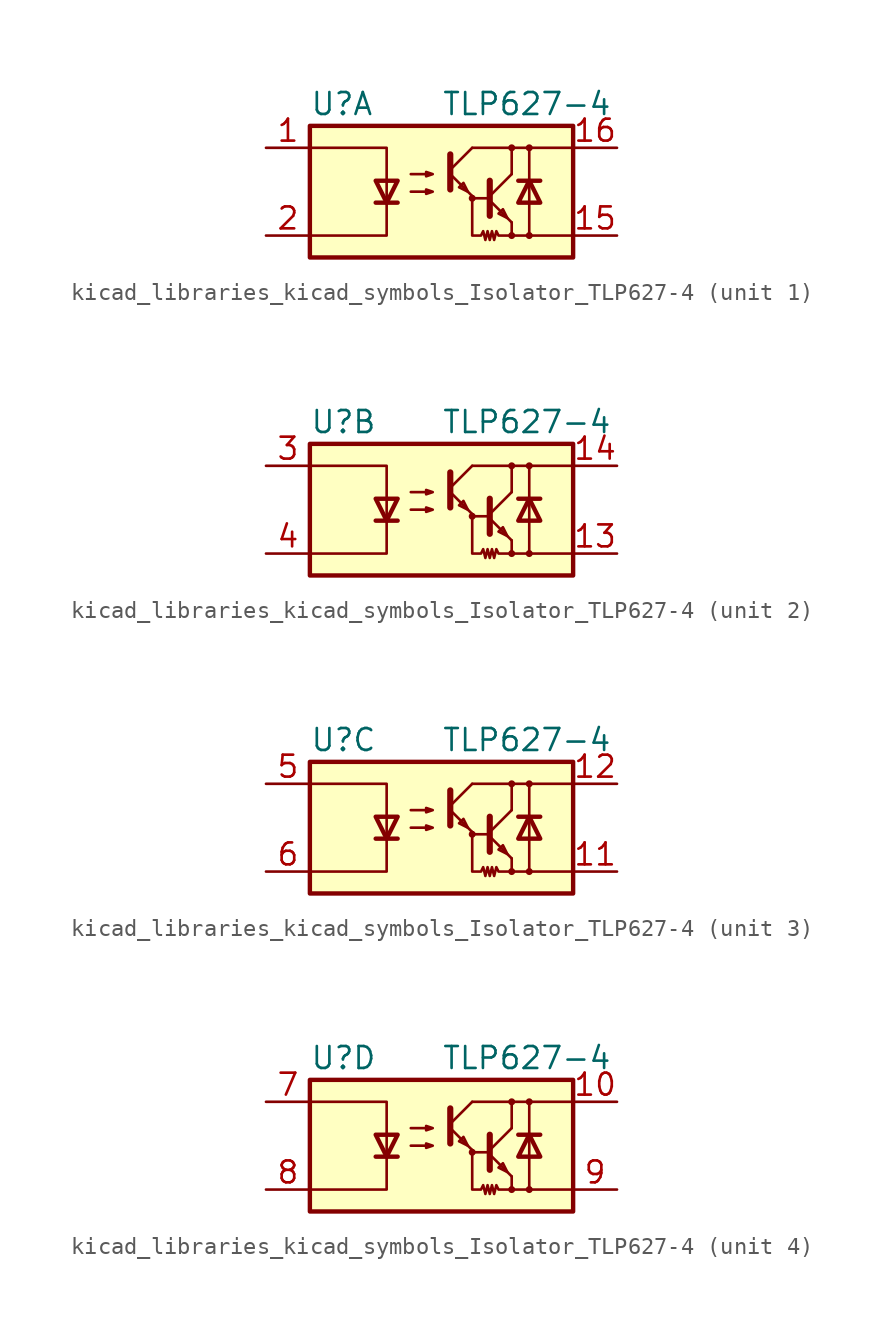
<source format=kicad_sym>
(kicad_symbol_lib
  (version 20220914)
  (generator kicad_symbol_editor)
  (symbol "kicad_libraries_kicad_symbols_Isolator_TLP627-4"
    (pin_names
      (offset 1.016))
    (property "Reference" "U"
      (at -7.62 5.08 0)
      (effects (font (size 1.27 1.27)) (justify left)))
    (property "Value" "TLP627-4"
      (at 0 5.08 0)
      (effects (font (size 1.27 1.27)) (justify left)))
    (symbol "kicad_libraries_kicad_symbols_Isolator_TLP627-4_0_1"
      (rectangle (start -7.62 3.81) (end 7.62 -3.81) (stroke (width 0.254) (type default)) (fill (type background)))
      (polyline (pts (xy -3.81 -0.635) (xy -2.54 -0.635)) (stroke (width 0.254) (type default)) (fill (type none)))
      (polyline (pts (xy 0.508 1.016) (xy 1.778 -0.254)) (stroke (width 0) (type default)) (fill (type none)))
      (polyline (pts (xy 0.508 1.27) (xy 1.778 2.54)) (stroke (width 0) (type default)) (fill (type none)))
      (polyline (pts (xy 0.508 2.159) (xy 0.508 0.127)) (stroke (width 0.356) (type default)) (fill (type none)))
      (polyline (pts (xy 1.778 2.54) (xy 7.62 2.54)) (stroke (width 0) (type default)) (fill (type none)))
      (polyline (pts (xy 2.794 -0.508) (xy 4.064 -1.778)) (stroke (width 0) (type default)) (fill (type none)))
      (polyline (pts (xy 2.794 -0.381) (xy 1.778 -0.381)) (stroke (width 0) (type default)) (fill (type none)))
      (polyline (pts (xy 2.794 -0.254) (xy 4.064 1.016)) (stroke (width 0) (type default)) (fill (type none)))
      (polyline (pts (xy 4.064 -2.54) (xy 7.62 -2.54)) (stroke (width 0) (type default)) (fill (type none)))
      (polyline (pts (xy 4.064 -1.778) (xy 4.064 -2.54)) (stroke (width 0) (type default)) (fill (type none)))
      (polyline (pts (xy 4.064 1.016) (xy 4.064 2.54)) (stroke (width 0) (type default)) (fill (type none)))
      (polyline (pts (xy 4.445 0.635) (xy 5.715 0.635)) (stroke (width 0.254) (type default)) (fill (type none)))
      (polyline (pts (xy 5.08 0.635) (xy 5.08 -2.54)) (stroke (width 0) (type default)) (fill (type none)))
      (polyline (pts (xy 5.08 0.635) (xy 5.08 2.54)) (stroke (width 0) (type default)) (fill (type none)))
      (polyline (pts (xy -7.62 2.54) (xy -3.175 2.54) (xy -3.175 -0.635)) (stroke (width 0) (type default)) (fill (type none)))
      (polyline (pts (xy -3.175 -0.635) (xy -3.175 -2.54) (xy -7.62 -2.54)) (stroke (width 0) (type default)) (fill (type none)))
      (polyline (pts (xy 2.794 0.635) (xy 2.794 -1.397) (xy 2.794 -1.397)) (stroke (width 0.356) (type default)) (fill (type none)))
      (polyline (pts (xy -3.175 -0.635) (xy -3.81 0.635) (xy -2.54 0.635) (xy -3.175 -0.635)) (stroke (width 0.254) (type default)) (fill (type none)))
      (polyline (pts (xy 1.524 0) (xy 1.27 0.508) (xy 1.016 0.254) (xy 1.524 0)) (stroke (width 0) (type default)) (fill (type none)))
      (polyline (pts (xy 3.81 -1.524) (xy 3.556 -1.016) (xy 3.302 -1.27) (xy 3.81 -1.524)) (stroke (width 0) (type default)) (fill (type none)))
      (polyline (pts (xy 5.08 0.635) (xy 4.445 -0.635) (xy 5.715 -0.635) (xy 5.08 0.635)) (stroke (width 0.254) (type default)) (fill (type none)))
      (polyline (pts (xy -1.778 0) (xy -0.508 0) (xy -0.889 -0.127) (xy -0.889 0.127) (xy -0.508 0)) (stroke (width 0) (type default)) (fill (type none)))
      (polyline (pts (xy -1.778 1.016) (xy -0.508 1.016) (xy -0.889 0.889) (xy -0.889 1.143) (xy -0.508 1.016)) (stroke (width 0) (type default)) (fill (type none)))
      (polyline (pts (xy 1.778 -0.254) (xy 1.778 -2.54) (xy 2.286 -2.54) (xy 2.413 -2.286) (xy 2.54 -2.794) (xy 2.667 -2.286) (xy 2.794 -2.794) (xy 2.921 -2.286) (xy 3.048 -2.794) (xy 3.175 -2.286) (xy 3.302 -2.54) (xy 4.064 -2.54)) (stroke (width 0) (type default)) (fill (type none)))
      (circle (center 1.778 -0.381) (radius 0.127) (stroke (width 0) (type default)) (fill (type none)))
      (circle (center 4.064 -2.54) (radius 0.127) (stroke (width 0) (type default)) (fill (type none)))
      (circle (center 4.064 2.54) (radius 0.127) (stroke (width 0) (type default)) (fill (type none)))
      (circle (center 5.08 -2.54) (radius 0.127) (stroke (width 0) (type default)) (fill (type none)))
      (circle (center 5.08 2.54) (radius 0.127) (stroke (width 0) (type default)) (fill (type none))))
    (symbol "kicad_libraries_kicad_symbols_Isolator_TLP627-4_1_1"
      (pin passive line (at -10.16 2.54 0) (length 2.54) (name "~" (effects (font (size 1.27 1.27)))) (number "1" (effects (font (size 1.27 1.27)))))
      (pin passive line (at 10.16 -2.54 180) (length 2.54) (name "~" (effects (font (size 1.27 1.27)))) (number "15" (effects (font (size 1.27 1.27)))))
      (pin passive line (at 10.16 2.54 180) (length 2.54) (name "~" (effects (font (size 1.27 1.27)))) (number "16" (effects (font (size 1.27 1.27)))))
      (pin passive line (at -10.16 -2.54 0) (length 2.54) (name "~" (effects (font (size 1.27 1.27)))) (number "2" (effects (font (size 1.27 1.27))))))
    (symbol "kicad_libraries_kicad_symbols_Isolator_TLP627-4_2_1"
      (pin passive line (at 10.16 -2.54 180) (length 2.54) (name "~" (effects (font (size 1.27 1.27)))) (number "13" (effects (font (size 1.27 1.27)))))
      (pin passive line (at 10.16 2.54 180) (length 2.54) (name "~" (effects (font (size 1.27 1.27)))) (number "14" (effects (font (size 1.27 1.27)))))
      (pin passive line (at -10.16 2.54 0) (length 2.54) (name "~" (effects (font (size 1.27 1.27)))) (number "3" (effects (font (size 1.27 1.27)))))
      (pin passive line (at -10.16 -2.54 0) (length 2.54) (name "~" (effects (font (size 1.27 1.27)))) (number "4" (effects (font (size 1.27 1.27))))))
    (symbol "kicad_libraries_kicad_symbols_Isolator_TLP627-4_3_1"
      (pin passive line (at 10.16 -2.54 180) (length 2.54) (name "~" (effects (font (size 1.27 1.27)))) (number "11" (effects (font (size 1.27 1.27)))))
      (pin passive line (at 10.16 2.54 180) (length 2.54) (name "~" (effects (font (size 1.27 1.27)))) (number "12" (effects (font (size 1.27 1.27)))))
      (pin passive line (at -10.16 2.54 0) (length 2.54) (name "~" (effects (font (size 1.27 1.27)))) (number "5" (effects (font (size 1.27 1.27)))))
      (pin passive line (at -10.16 -2.54 0) (length 2.54) (name "~" (effects (font (size 1.27 1.27)))) (number "6" (effects (font (size 1.27 1.27))))))
    (symbol "kicad_libraries_kicad_symbols_Isolator_TLP627-4_4_1"
      (pin passive line (at 10.16 2.54 180) (length 2.54) (name "~" (effects (font (size 1.27 1.27)))) (number "10" (effects (font (size 1.27 1.27)))))
      (pin passive line (at -10.16 2.54 0) (length 2.54) (name "~" (effects (font (size 1.27 1.27)))) (number "7" (effects (font (size 1.27 1.27)))))
      (pin passive line (at -10.16 -2.54 0) (length 2.54) (name "~" (effects (font (size 1.27 1.27)))) (number "8" (effects (font (size 1.27 1.27)))))
      (pin passive line (at 10.16 -2.54 180) (length 2.54) (name "~" (effects (font (size 1.27 1.27)))) (number "9" (effects (font (size 1.27 1.27))))))))
</source>
